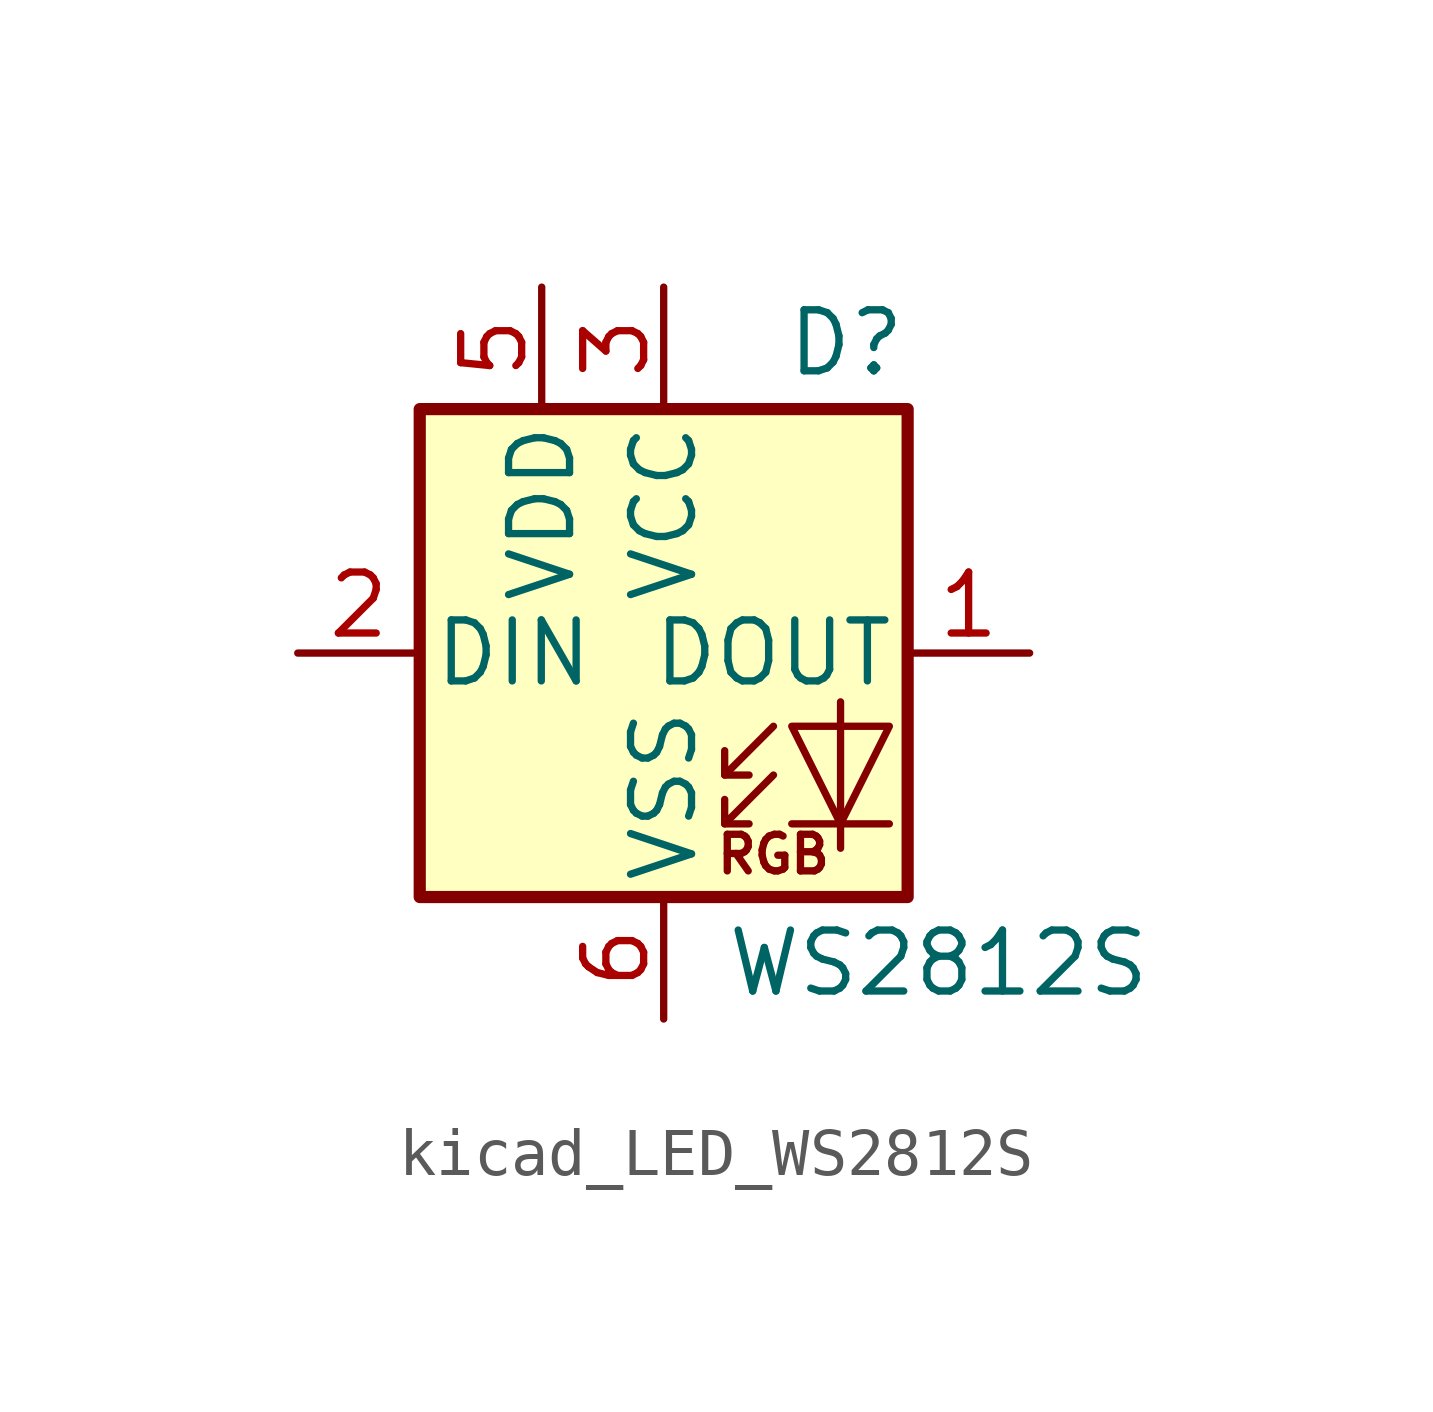
<source format=kicad_sym>
(kicad_symbol_lib
  (version 20220914)
  (generator kicad_symbol_editor)
  (symbol "kicad_LED_WS2812S"
    (pin_names
      (offset 0.254))
    (property "Reference" "D"
      (at 5.08 5.715 0)
      (effects (font (size 1.27 1.27)) (justify right bottom)))
    (property "Value" "WS2812S"
      (at 1.27 -5.715 0)
      (effects (font (size 1.27 1.27)) (justify left top)))
    (symbol "kicad_LED_WS2812S_0_0"
      (text "RGB" (at 2.286 -4.191 0) (effects (font (size 0.762 0.762)))))
    (symbol "kicad_LED_WS2812S_0_1"
      (polyline (pts (xy 1.27 -3.556) (xy 1.778 -3.556)) (stroke (width 0) (type default)) (fill (type none)))
      (polyline (pts (xy 1.27 -2.54) (xy 1.778 -2.54)) (stroke (width 0) (type default)) (fill (type none)))
      (polyline (pts (xy 4.699 -3.556) (xy 2.667 -3.556)) (stroke (width 0) (type default)) (fill (type none)))
      (polyline (pts (xy 2.286 -2.54) (xy 1.27 -3.556) (xy 1.27 -3.048)) (stroke (width 0) (type default)) (fill (type none)))
      (polyline (pts (xy 2.286 -1.524) (xy 1.27 -2.54) (xy 1.27 -2.032)) (stroke (width 0) (type default)) (fill (type none)))
      (polyline (pts (xy 3.683 -1.016) (xy 3.683 -3.556) (xy 3.683 -4.064)) (stroke (width 0) (type default)) (fill (type none)))
      (polyline (pts (xy 4.699 -1.524) (xy 2.667 -1.524) (xy 3.683 -3.556) (xy 4.699 -1.524)) (stroke (width 0) (type default)) (fill (type none)))
      (rectangle (start 5.08 5.08) (end -5.08 -5.08) (stroke (width 0.254) (type default)) (fill (type background))))
    (symbol "kicad_LED_WS2812S_1_1"
      (pin output line (at 7.62 0 180) (length 2.54) (name "DOUT" (effects (font (size 1.27 1.27)))) (number "1" (effects (font (size 1.27 1.27)))))
      (pin input line (at -7.62 0 0) (length 2.54) (name "DIN" (effects (font (size 1.27 1.27)))) (number "2" (effects (font (size 1.27 1.27)))))
      (pin power_in line (at 0 7.62 270) (length 2.54) (name "VCC" (effects (font (size 1.27 1.27)))) (number "3" (effects (font (size 1.27 1.27)))))
      (pin no_connect line (at 5.08 2.54 180) (length 2.54) hide (name "NC" (effects (font (size 1.27 1.27)))) (number "4" (effects (font (size 1.27 1.27)))))
      (pin power_in line (at -2.54 7.62 270) (length 2.54) (name "VDD" (effects (font (size 1.27 1.27)))) (number "5" (effects (font (size 1.27 1.27)))))
      (pin power_in line (at 0 -7.62 90) (length 2.54) (name "VSS" (effects (font (size 1.27 1.27)))) (number "6" (effects (font (size 1.27 1.27))))))))
</source>
